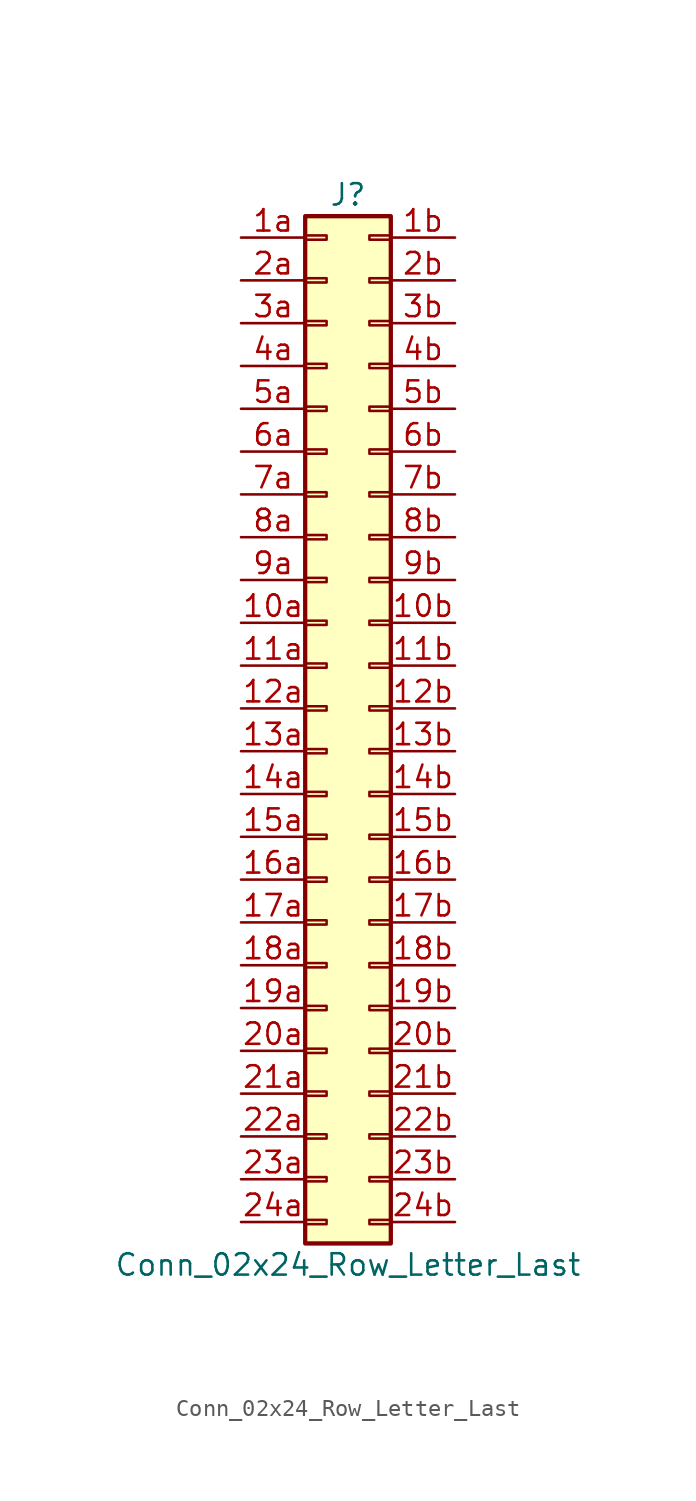
<source format=kicad_sym>
(kicad_symbol_lib
  (version 20211014)
  (generator kicad_symbol_editor)
  (symbol "Conn_02x24_Row_Letter_Last"
    (pin_names
      (offset 1.016) hide)
    (property "Reference" "J"
      (at 1.27 30.48 0)
      (effects (font (size 1.27 1.27))))
    (property "Value" "Conn_02x24_Row_Letter_Last"
      (at 1.27 -33.02 0)
      (effects (font (size 1.27 1.27))))
    (symbol "Conn_02x24_Row_Letter_Last_1_1"
      (rectangle (start -1.27 -30.353) (end 0 -30.607) (stroke (width 0.152) (type default) (color 0 0 0 0)) (fill (type none)))
      (rectangle (start -1.27 -27.813) (end 0 -28.067) (stroke (width 0.152) (type default) (color 0 0 0 0)) (fill (type none)))
      (rectangle (start -1.27 -25.273) (end 0 -25.527) (stroke (width 0.152) (type default) (color 0 0 0 0)) (fill (type none)))
      (rectangle (start -1.27 -22.733) (end 0 -22.987) (stroke (width 0.152) (type default) (color 0 0 0 0)) (fill (type none)))
      (rectangle (start -1.27 -20.193) (end 0 -20.447) (stroke (width 0.152) (type default) (color 0 0 0 0)) (fill (type none)))
      (rectangle (start -1.27 -17.653) (end 0 -17.907) (stroke (width 0.152) (type default) (color 0 0 0 0)) (fill (type none)))
      (rectangle (start -1.27 -15.113) (end 0 -15.367) (stroke (width 0.152) (type default) (color 0 0 0 0)) (fill (type none)))
      (rectangle (start -1.27 -12.573) (end 0 -12.827) (stroke (width 0.152) (type default) (color 0 0 0 0)) (fill (type none)))
      (rectangle (start -1.27 -10.033) (end 0 -10.287) (stroke (width 0.152) (type default) (color 0 0 0 0)) (fill (type none)))
      (rectangle (start -1.27 -7.493) (end 0 -7.747) (stroke (width 0.152) (type default) (color 0 0 0 0)) (fill (type none)))
      (rectangle (start -1.27 -4.953) (end 0 -5.207) (stroke (width 0.152) (type default) (color 0 0 0 0)) (fill (type none)))
      (rectangle (start -1.27 -2.413) (end 0 -2.667) (stroke (width 0.152) (type default) (color 0 0 0 0)) (fill (type none)))
      (rectangle (start -1.27 0.127) (end 0 -0.127) (stroke (width 0.152) (type default) (color 0 0 0 0)) (fill (type none)))
      (rectangle (start -1.27 2.667) (end 0 2.413) (stroke (width 0.152) (type default) (color 0 0 0 0)) (fill (type none)))
      (rectangle (start -1.27 5.207) (end 0 4.953) (stroke (width 0.152) (type default) (color 0 0 0 0)) (fill (type none)))
      (rectangle (start -1.27 7.747) (end 0 7.493) (stroke (width 0.152) (type default) (color 0 0 0 0)) (fill (type none)))
      (rectangle (start -1.27 10.287) (end 0 10.033) (stroke (width 0.152) (type default) (color 0 0 0 0)) (fill (type none)))
      (rectangle (start -1.27 12.827) (end 0 12.573) (stroke (width 0.152) (type default) (color 0 0 0 0)) (fill (type none)))
      (rectangle (start -1.27 15.367) (end 0 15.113) (stroke (width 0.152) (type default) (color 0 0 0 0)) (fill (type none)))
      (rectangle (start -1.27 17.907) (end 0 17.653) (stroke (width 0.152) (type default) (color 0 0 0 0)) (fill (type none)))
      (rectangle (start -1.27 20.447) (end 0 20.193) (stroke (width 0.152) (type default) (color 0 0 0 0)) (fill (type none)))
      (rectangle (start -1.27 22.987) (end 0 22.733) (stroke (width 0.152) (type default) (color 0 0 0 0)) (fill (type none)))
      (rectangle (start -1.27 25.527) (end 0 25.273) (stroke (width 0.152) (type default) (color 0 0 0 0)) (fill (type none)))
      (rectangle (start -1.27 28.067) (end 0 27.813) (stroke (width 0.152) (type default) (color 0 0 0 0)) (fill (type none)))
      (rectangle (start -1.27 29.21) (end 3.81 -31.75) (stroke (width 0.254) (type default) (color 0 0 0 0)) (fill (type background)))
      (rectangle (start 3.81 -30.353) (end 2.54 -30.607) (stroke (width 0.152) (type default) (color 0 0 0 0)) (fill (type none)))
      (rectangle (start 3.81 -27.813) (end 2.54 -28.067) (stroke (width 0.152) (type default) (color 0 0 0 0)) (fill (type none)))
      (rectangle (start 3.81 -25.273) (end 2.54 -25.527) (stroke (width 0.152) (type default) (color 0 0 0 0)) (fill (type none)))
      (rectangle (start 3.81 -22.733) (end 2.54 -22.987) (stroke (width 0.152) (type default) (color 0 0 0 0)) (fill (type none)))
      (rectangle (start 3.81 -20.193) (end 2.54 -20.447) (stroke (width 0.152) (type default) (color 0 0 0 0)) (fill (type none)))
      (rectangle (start 3.81 -17.653) (end 2.54 -17.907) (stroke (width 0.152) (type default) (color 0 0 0 0)) (fill (type none)))
      (rectangle (start 3.81 -15.113) (end 2.54 -15.367) (stroke (width 0.152) (type default) (color 0 0 0 0)) (fill (type none)))
      (rectangle (start 3.81 -12.573) (end 2.54 -12.827) (stroke (width 0.152) (type default) (color 0 0 0 0)) (fill (type none)))
      (rectangle (start 3.81 -10.033) (end 2.54 -10.287) (stroke (width 0.152) (type default) (color 0 0 0 0)) (fill (type none)))
      (rectangle (start 3.81 -7.493) (end 2.54 -7.747) (stroke (width 0.152) (type default) (color 0 0 0 0)) (fill (type none)))
      (rectangle (start 3.81 -4.953) (end 2.54 -5.207) (stroke (width 0.152) (type default) (color 0 0 0 0)) (fill (type none)))
      (rectangle (start 3.81 -2.413) (end 2.54 -2.667) (stroke (width 0.152) (type default) (color 0 0 0 0)) (fill (type none)))
      (rectangle (start 3.81 0.127) (end 2.54 -0.127) (stroke (width 0.152) (type default) (color 0 0 0 0)) (fill (type none)))
      (rectangle (start 3.81 2.667) (end 2.54 2.413) (stroke (width 0.152) (type default) (color 0 0 0 0)) (fill (type none)))
      (rectangle (start 3.81 5.207) (end 2.54 4.953) (stroke (width 0.152) (type default) (color 0 0 0 0)) (fill (type none)))
      (rectangle (start 3.81 7.747) (end 2.54 7.493) (stroke (width 0.152) (type default) (color 0 0 0 0)) (fill (type none)))
      (rectangle (start 3.81 10.287) (end 2.54 10.033) (stroke (width 0.152) (type default) (color 0 0 0 0)) (fill (type none)))
      (rectangle (start 3.81 12.827) (end 2.54 12.573) (stroke (width 0.152) (type default) (color 0 0 0 0)) (fill (type none)))
      (rectangle (start 3.81 15.367) (end 2.54 15.113) (stroke (width 0.152) (type default) (color 0 0 0 0)) (fill (type none)))
      (rectangle (start 3.81 17.907) (end 2.54 17.653) (stroke (width 0.152) (type default) (color 0 0 0 0)) (fill (type none)))
      (rectangle (start 3.81 20.447) (end 2.54 20.193) (stroke (width 0.152) (type default) (color 0 0 0 0)) (fill (type none)))
      (rectangle (start 3.81 22.987) (end 2.54 22.733) (stroke (width 0.152) (type default) (color 0 0 0 0)) (fill (type none)))
      (rectangle (start 3.81 25.527) (end 2.54 25.273) (stroke (width 0.152) (type default) (color 0 0 0 0)) (fill (type none)))
      (rectangle (start 3.81 28.067) (end 2.54 27.813) (stroke (width 0.152) (type default) (color 0 0 0 0)) (fill (type none)))
      (pin passive line (at -5.08 5.08 0) (length 3.81) (name "Pin_10a" (effects (font (size 1.27 1.27)))) (number "10a" (effects (font (size 1.27 1.27)))))
      (pin passive line (at 7.62 5.08 180) (length 3.81) (name "Pin_10b" (effects (font (size 1.27 1.27)))) (number "10b" (effects (font (size 1.27 1.27)))))
      (pin passive line (at -5.08 2.54 0) (length 3.81) (name "Pin_11a" (effects (font (size 1.27 1.27)))) (number "11a" (effects (font (size 1.27 1.27)))))
      (pin passive line (at 7.62 2.54 180) (length 3.81) (name "Pin_11b" (effects (font (size 1.27 1.27)))) (number "11b" (effects (font (size 1.27 1.27)))))
      (pin passive line (at -5.08 0 0) (length 3.81) (name "Pin_12a" (effects (font (size 1.27 1.27)))) (number "12a" (effects (font (size 1.27 1.27)))))
      (pin passive line (at 7.62 0 180) (length 3.81) (name "Pin_12b" (effects (font (size 1.27 1.27)))) (number "12b" (effects (font (size 1.27 1.27)))))
      (pin passive line (at -5.08 -2.54 0) (length 3.81) (name "Pin_13a" (effects (font (size 1.27 1.27)))) (number "13a" (effects (font (size 1.27 1.27)))))
      (pin passive line (at 7.62 -2.54 180) (length 3.81) (name "Pin_13b" (effects (font (size 1.27 1.27)))) (number "13b" (effects (font (size 1.27 1.27)))))
      (pin passive line (at -5.08 -5.08 0) (length 3.81) (name "Pin_14a" (effects (font (size 1.27 1.27)))) (number "14a" (effects (font (size 1.27 1.27)))))
      (pin passive line (at 7.62 -5.08 180) (length 3.81) (name "Pin_14b" (effects (font (size 1.27 1.27)))) (number "14b" (effects (font (size 1.27 1.27)))))
      (pin passive line (at -5.08 -7.62 0) (length 3.81) (name "Pin_15a" (effects (font (size 1.27 1.27)))) (number "15a" (effects (font (size 1.27 1.27)))))
      (pin passive line (at 7.62 -7.62 180) (length 3.81) (name "Pin_15b" (effects (font (size 1.27 1.27)))) (number "15b" (effects (font (size 1.27 1.27)))))
      (pin passive line (at -5.08 -10.16 0) (length 3.81) (name "Pin_16a" (effects (font (size 1.27 1.27)))) (number "16a" (effects (font (size 1.27 1.27)))))
      (pin passive line (at 7.62 -10.16 180) (length 3.81) (name "Pin_16b" (effects (font (size 1.27 1.27)))) (number "16b" (effects (font (size 1.27 1.27)))))
      (pin passive line (at -5.08 -12.7 0) (length 3.81) (name "Pin_17a" (effects (font (size 1.27 1.27)))) (number "17a" (effects (font (size 1.27 1.27)))))
      (pin passive line (at 7.62 -12.7 180) (length 3.81) (name "Pin_17b" (effects (font (size 1.27 1.27)))) (number "17b" (effects (font (size 1.27 1.27)))))
      (pin passive line (at -5.08 -15.24 0) (length 3.81) (name "Pin_18a" (effects (font (size 1.27 1.27)))) (number "18a" (effects (font (size 1.27 1.27)))))
      (pin passive line (at 7.62 -15.24 180) (length 3.81) (name "Pin_18b" (effects (font (size 1.27 1.27)))) (number "18b" (effects (font (size 1.27 1.27)))))
      (pin passive line (at -5.08 -17.78 0) (length 3.81) (name "Pin_19a" (effects (font (size 1.27 1.27)))) (number "19a" (effects (font (size 1.27 1.27)))))
      (pin passive line (at 7.62 -17.78 180) (length 3.81) (name "Pin_19b" (effects (font (size 1.27 1.27)))) (number "19b" (effects (font (size 1.27 1.27)))))
      (pin passive line (at -5.08 27.94 0) (length 3.81) (name "Pin_1a" (effects (font (size 1.27 1.27)))) (number "1a" (effects (font (size 1.27 1.27)))))
      (pin passive line (at 7.62 27.94 180) (length 3.81) (name "Pin_1b" (effects (font (size 1.27 1.27)))) (number "1b" (effects (font (size 1.27 1.27)))))
      (pin passive line (at -5.08 -20.32 0) (length 3.81) (name "Pin_20a" (effects (font (size 1.27 1.27)))) (number "20a" (effects (font (size 1.27 1.27)))))
      (pin passive line (at 7.62 -20.32 180) (length 3.81) (name "Pin_20b" (effects (font (size 1.27 1.27)))) (number "20b" (effects (font (size 1.27 1.27)))))
      (pin passive line (at -5.08 -22.86 0) (length 3.81) (name "Pin_21a" (effects (font (size 1.27 1.27)))) (number "21a" (effects (font (size 1.27 1.27)))))
      (pin passive line (at 7.62 -22.86 180) (length 3.81) (name "Pin_21b" (effects (font (size 1.27 1.27)))) (number "21b" (effects (font (size 1.27 1.27)))))
      (pin passive line (at -5.08 -25.4 0) (length 3.81) (name "Pin_22a" (effects (font (size 1.27 1.27)))) (number "22a" (effects (font (size 1.27 1.27)))))
      (pin passive line (at 7.62 -25.4 180) (length 3.81) (name "Pin_22b" (effects (font (size 1.27 1.27)))) (number "22b" (effects (font (size 1.27 1.27)))))
      (pin passive line (at -5.08 -27.94 0) (length 3.81) (name "Pin_23a" (effects (font (size 1.27 1.27)))) (number "23a" (effects (font (size 1.27 1.27)))))
      (pin passive line (at 7.62 -27.94 180) (length 3.81) (name "Pin_23b" (effects (font (size 1.27 1.27)))) (number "23b" (effects (font (size 1.27 1.27)))))
      (pin passive line (at -5.08 -30.48 0) (length 3.81) (name "Pin_24a" (effects (font (size 1.27 1.27)))) (number "24a" (effects (font (size 1.27 1.27)))))
      (pin passive line (at 7.62 -30.48 180) (length 3.81) (name "Pin_24b" (effects (font (size 1.27 1.27)))) (number "24b" (effects (font (size 1.27 1.27)))))
      (pin passive line (at -5.08 25.4 0) (length 3.81) (name "Pin_2a" (effects (font (size 1.27 1.27)))) (number "2a" (effects (font (size 1.27 1.27)))))
      (pin passive line (at 7.62 25.4 180) (length 3.81) (name "Pin_2b" (effects (font (size 1.27 1.27)))) (number "2b" (effects (font (size 1.27 1.27)))))
      (pin passive line (at -5.08 22.86 0) (length 3.81) (name "Pin_3a" (effects (font (size 1.27 1.27)))) (number "3a" (effects (font (size 1.27 1.27)))))
      (pin passive line (at 7.62 22.86 180) (length 3.81) (name "Pin_3b" (effects (font (size 1.27 1.27)))) (number "3b" (effects (font (size 1.27 1.27)))))
      (pin passive line (at -5.08 20.32 0) (length 3.81) (name "Pin_4a" (effects (font (size 1.27 1.27)))) (number "4a" (effects (font (size 1.27 1.27)))))
      (pin passive line (at 7.62 20.32 180) (length 3.81) (name "Pin_4b" (effects (font (size 1.27 1.27)))) (number "4b" (effects (font (size 1.27 1.27)))))
      (pin passive line (at -5.08 17.78 0) (length 3.81) (name "Pin_5a" (effects (font (size 1.27 1.27)))) (number "5a" (effects (font (size 1.27 1.27)))))
      (pin passive line (at 7.62 17.78 180) (length 3.81) (name "Pin_5b" (effects (font (size 1.27 1.27)))) (number "5b" (effects (font (size 1.27 1.27)))))
      (pin passive line (at -5.08 15.24 0) (length 3.81) (name "Pin_6a" (effects (font (size 1.27 1.27)))) (number "6a" (effects (font (size 1.27 1.27)))))
      (pin passive line (at 7.62 15.24 180) (length 3.81) (name "Pin_6b" (effects (font (size 1.27 1.27)))) (number "6b" (effects (font (size 1.27 1.27)))))
      (pin passive line (at -5.08 12.7 0) (length 3.81) (name "Pin_7a" (effects (font (size 1.27 1.27)))) (number "7a" (effects (font (size 1.27 1.27)))))
      (pin passive line (at 7.62 12.7 180) (length 3.81) (name "Pin_7b" (effects (font (size 1.27 1.27)))) (number "7b" (effects (font (size 1.27 1.27)))))
      (pin passive line (at -5.08 10.16 0) (length 3.81) (name "Pin_8a" (effects (font (size 1.27 1.27)))) (number "8a" (effects (font (size 1.27 1.27)))))
      (pin passive line (at 7.62 10.16 180) (length 3.81) (name "Pin_8b" (effects (font (size 1.27 1.27)))) (number "8b" (effects (font (size 1.27 1.27)))))
      (pin passive line (at -5.08 7.62 0) (length 3.81) (name "Pin_9a" (effects (font (size 1.27 1.27)))) (number "9a" (effects (font (size 1.27 1.27)))))
      (pin passive line (at 7.62 7.62 180) (length 3.81) (name "Pin_9b" (effects (font (size 1.27 1.27)))) (number "9b" (effects (font (size 1.27 1.27))))))))
</source>
